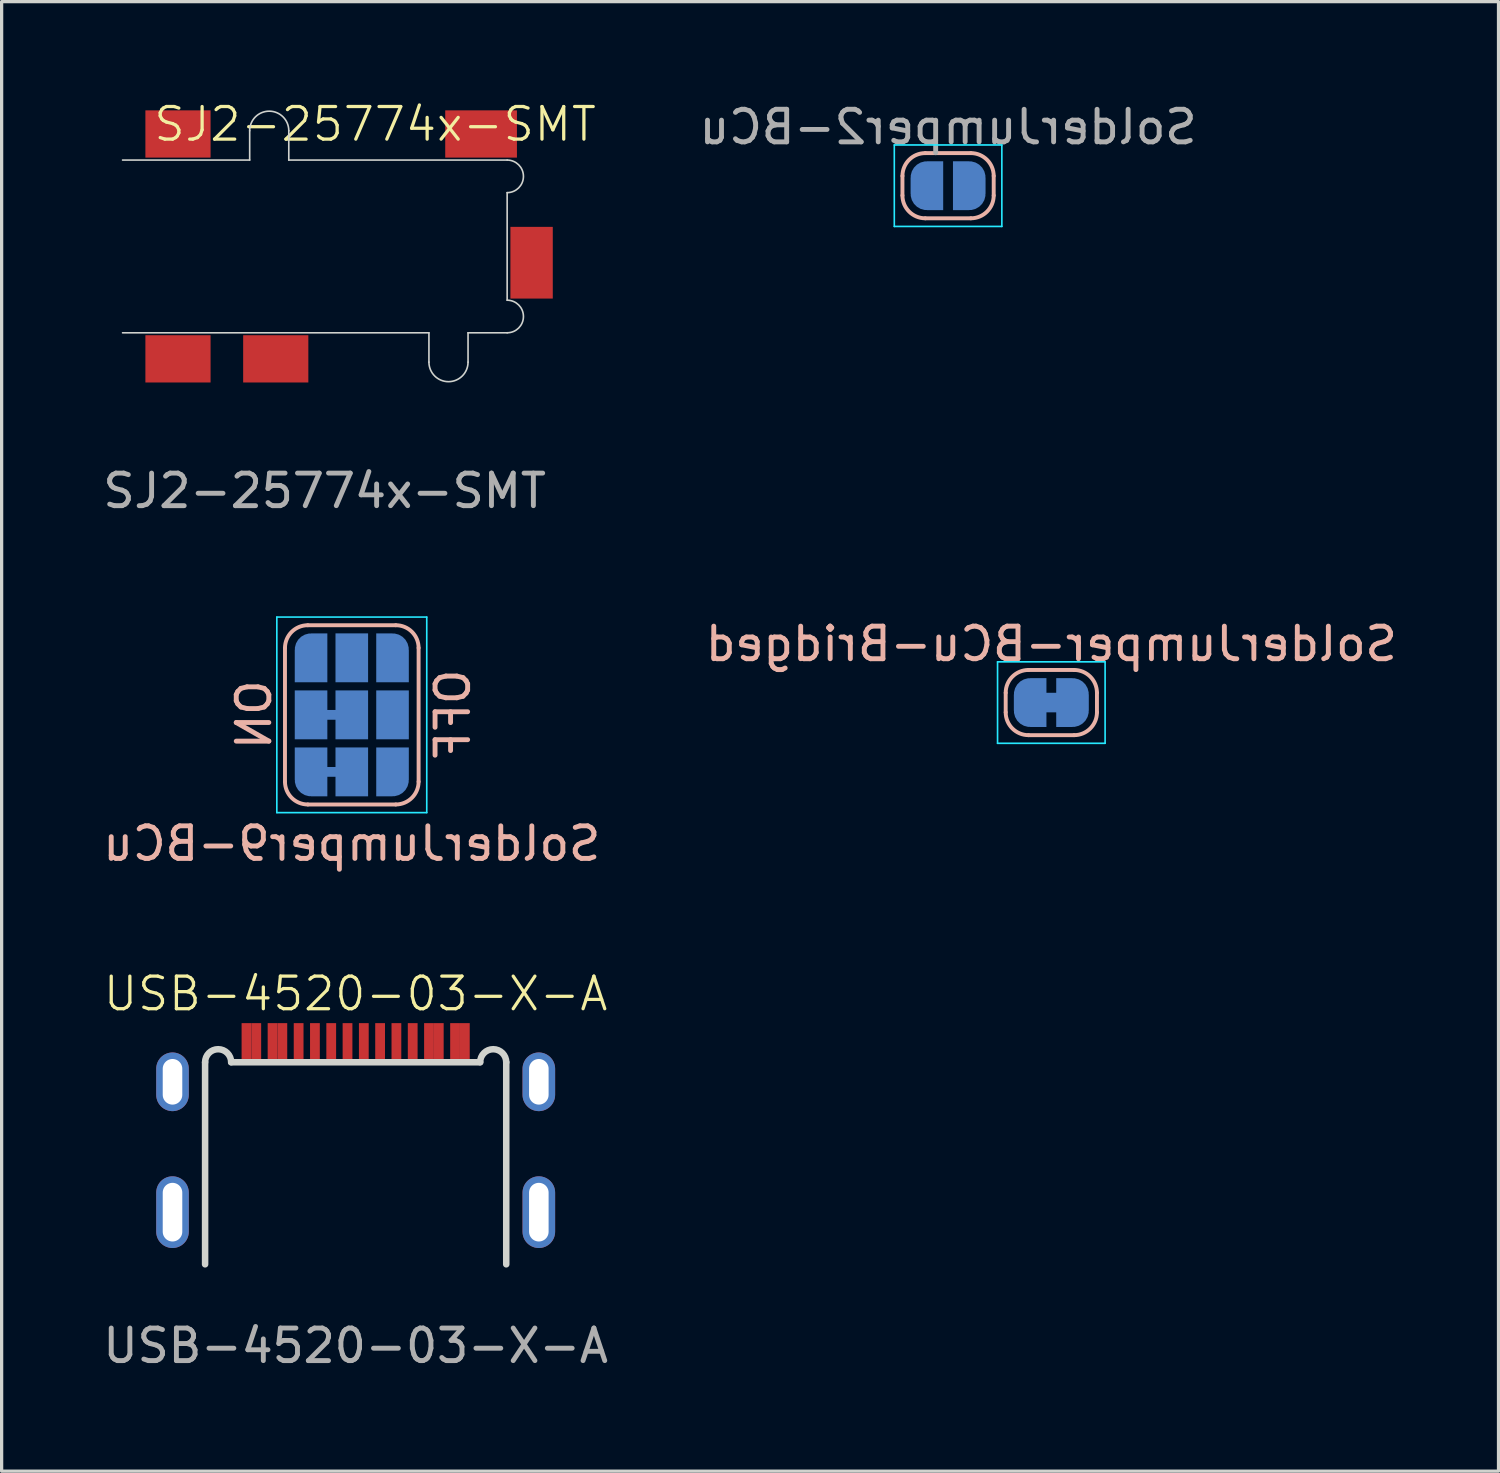
<source format=kicad_pcb>
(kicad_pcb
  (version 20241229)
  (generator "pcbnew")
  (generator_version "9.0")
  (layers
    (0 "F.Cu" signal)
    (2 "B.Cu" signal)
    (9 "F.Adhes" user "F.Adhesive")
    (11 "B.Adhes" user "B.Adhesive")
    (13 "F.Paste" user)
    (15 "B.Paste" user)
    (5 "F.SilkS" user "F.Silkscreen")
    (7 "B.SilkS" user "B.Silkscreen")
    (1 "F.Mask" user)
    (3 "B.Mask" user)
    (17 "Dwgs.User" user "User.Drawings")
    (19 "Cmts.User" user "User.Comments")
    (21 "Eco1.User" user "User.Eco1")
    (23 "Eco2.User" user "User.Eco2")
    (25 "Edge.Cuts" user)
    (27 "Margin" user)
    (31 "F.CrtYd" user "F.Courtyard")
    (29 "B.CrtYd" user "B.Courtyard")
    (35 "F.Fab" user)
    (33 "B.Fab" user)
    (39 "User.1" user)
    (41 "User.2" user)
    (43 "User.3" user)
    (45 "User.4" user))
  (footprint "SolderJumper-BCu-Bridged"
    (layer "F.Cu")
    (at 29.208 18.507)
    (property "Reference" "SolderJumper-BCu-Bridged" (at 0 -1.8 0) (layer "B.SilkS") (effects (font (size 1 1) (thickness 0.15)) (justify mirror)))
    (attr exclude_from_pos_files exclude_from_bom)
    (fp_poly (pts (xy 0.25 -0.3) (xy -0.25 -0.3) (xy -0.25 0.3) (xy 0.25 0.3)) (stroke (width 0) (type solid)) (fill yes) (layer "B.Cu"))
    (fp_line (start -1.4 0.3) (end -1.4 -0.3) (stroke (width 0.12) (type solid)) (layer "B.SilkS"))
    (fp_line (start -0.7 -1) (end 0.7 -1) (stroke (width 0.12) (type solid)) (layer "B.SilkS"))
    (fp_line (start 0.7 1) (end -0.7 1) (stroke (width 0.12) (type solid)) (layer "B.SilkS"))
    (fp_line (start 1.4 -0.3) (end 1.4 0.3) (stroke (width 0.12) (type solid)) (layer "B.SilkS"))
    (fp_arc (start -1.4 -0.3) (mid -1.194975 -0.794975) (end -0.7 -1) (stroke (width 0.12) (type solid)) (layer "B.SilkS"))
    (fp_arc (start -0.7 1) (mid -1.194975 0.794975) (end -1.4 0.3) (stroke (width 0.12) (type solid)) (layer "B.SilkS"))
    (fp_arc (start 0.7 -1) (mid 1.194975 -0.794975) (end 1.4 -0.3) (stroke (width 0.12) (type solid)) (layer "B.SilkS"))
    (fp_arc (start 1.4 0.3) (mid 1.194975 0.794975) (end 0.7 1) (stroke (width 0.12) (type solid)) (layer "B.SilkS"))
    (fp_line (start -1.65 -1.25) (end -1.65 1.25) (stroke (width 0.05) (type solid)) (layer "B.CrtYd"))
    (fp_line (start -1.65 -1.25) (end 1.65 -1.25) (stroke (width 0.05) (type solid)) (layer "B.CrtYd"))
    (fp_line (start 1.65 1.25) (end -1.65 1.25) (stroke (width 0.05) (type solid)) (layer "B.CrtYd"))
    (fp_line (start 1.65 1.25) (end 1.65 -1.25) (stroke (width 0.05) (type solid)) (layer "B.CrtYd"))
    (pad "1" smd custom (at -0.65 0) (size 1 0.5) (layers "B.Cu" "B.Mask") (options (anchor rect)) (primitives (gr_circle (center 0 0.25) (end 0.5 0.25) (width 0) (fill yes)) (gr_circle (center 0 -0.25) (end 0.5 -0.25) (width 0) (fill yes)) (gr_poly (pts (xy 0 -0.75) (xy 0.5 -0.75) (xy 0.5 0.75) (xy 0 0.75)) (width 0) (fill yes))))
    (pad "2" smd custom (at 0.65 0) (size 1 0.5) (layers "B.Cu" "B.Mask") (options (anchor rect)) (primitives (gr_circle (center 0 0.25) (end 0.5 0.25) (width 0) (fill yes)) (gr_circle (center 0 -0.25) (end 0.5 -0.25) (width 0) (fill yes)) (gr_poly (pts (xy 0 -0.75) (xy -0.5 -0.75) (xy -0.5 0.75) (xy 0 0.75)) (width 0) (fill yes)))))
  (footprint "SolderJumper2-BCu"
    (layer "F.Cu")
    (at 26.04 2.648)
    (property "Reference" "SolderJumper2-BCu" (at 0 -1.8 0) (layer "F.Fab") (effects (font (size 1 1) (thickness 0.15)) (justify mirror)))
    (attr exclude_from_pos_files exclude_from_bom)
    (fp_line (start -1.4 0.3) (end -1.4 -0.3) (stroke (width 0.12) (type solid)) (layer "B.SilkS"))
    (fp_line (start -0.7 -1) (end 0.7 -1) (stroke (width 0.12) (type solid)) (layer "B.SilkS"))
    (fp_line (start 0.7 1) (end -0.7 1) (stroke (width 0.12) (type solid)) (layer "B.SilkS"))
    (fp_line (start 1.4 -0.3) (end 1.4 0.3) (stroke (width 0.12) (type solid)) (layer "B.SilkS"))
    (fp_arc (start -1.4 -0.3) (mid -1.194975 -0.794975) (end -0.7 -1) (stroke (width 0.12) (type solid)) (layer "B.SilkS"))
    (fp_arc (start -0.7 1) (mid -1.194975 0.794975) (end -1.4 0.3) (stroke (width 0.12) (type solid)) (layer "B.SilkS"))
    (fp_arc (start 0.7 -1) (mid 1.194975 -0.794975) (end 1.4 -0.3) (stroke (width 0.12) (type solid)) (layer "B.SilkS"))
    (fp_arc (start 1.4 0.3) (mid 1.194975 0.794975) (end 0.7 1) (stroke (width 0.12) (type solid)) (layer "B.SilkS"))
    (fp_line (start -1.65 -1.25) (end -1.65 1.25) (stroke (width 0.05) (type solid)) (layer "B.CrtYd"))
    (fp_line (start -1.65 -1.25) (end 1.65 -1.25) (stroke (width 0.05) (type solid)) (layer "B.CrtYd"))
    (fp_line (start 1.65 1.25) (end -1.65 1.25) (stroke (width 0.05) (type solid)) (layer "B.CrtYd"))
    (fp_line (start 1.65 1.25) (end 1.65 -1.25) (stroke (width 0.05) (type solid)) (layer "B.CrtYd"))
    (pad "1" smd custom (at -0.65 0) (size 1 0.5) (layers "B.Cu" "B.Mask") (options (anchor rect)) (primitives (gr_circle (center 0 0.25) (end 0.5 0.25) (width 0) (fill yes)) (gr_circle (center 0 -0.25) (end 0.5 -0.25) (width 0) (fill yes)) (gr_poly (pts (xy 0 -0.75) (xy 0.5 -0.75) (xy 0.5 0.75) (xy 0 0.75)) (width 0) (fill yes))))
    (pad "2" smd custom (at 0.65 0) (size 1 0.5) (layers "B.Cu" "B.Mask") (options (anchor rect)) (primitives (gr_circle (center 0 0.25) (end 0.5 0.25) (width 0) (fill yes)) (gr_circle (center 0 -0.25) (end 0.5 -0.25) (width 0) (fill yes)) (gr_poly (pts (xy 0 -0.75) (xy -0.5 -0.75) (xy -0.5 0.75) (xy 0 0.75)) (width 0) (fill yes)))))
  (footprint "SolderJumper9-BCu"
    (layer "F.Cu")
    (at 7.744 18.884)
    (property "Reference" "SolderJumper9-BCu" (at 0 3.95 0) (layer "B.SilkS") (effects (font (size 1 1) (thickness 0.15)) (justify mirror)))
    (attr exclude_from_pos_files exclude_from_bom)
    (fp_poly (pts (xy -0.9 -0.15) (xy -0.4 -0.15) (xy -0.4 0.15) (xy -0.9 0.15)) (stroke (width 0) (type solid)) (fill yes) (layer "B.Cu"))
    (fp_poly (pts (xy -0.9 1.6) (xy -0.4 1.6) (xy -0.4 1.9) (xy -0.9 1.9)) (stroke (width 0) (type solid)) (fill yes) (layer "B.Cu"))
    (fp_line (start -2.05 2.05) (end -2.05 -2.05) (stroke (width 0.12) (type solid)) (layer "B.SilkS"))
    (fp_line (start -1.35 -2.75) (end 1.35 -2.75) (stroke (width 0.12) (type solid)) (layer "B.SilkS"))
    (fp_line (start 1.35 2.75) (end -1.35 2.75) (stroke (width 0.12) (type solid)) (layer "B.SilkS"))
    (fp_line (start 2.05 -2.055) (end 2.05 2.05) (stroke (width 0.12) (type solid)) (layer "B.SilkS"))
    (fp_arc (start -2.05 -2.05) (mid -1.844975 -2.544975) (end -1.35 -2.75) (stroke (width 0.12) (type solid)) (layer "B.SilkS"))
    (fp_arc (start -1.35 2.75) (mid -1.844975 2.544975) (end -2.05 2.05) (stroke (width 0.12) (type solid)) (layer "B.SilkS"))
    (fp_arc (start 1.35 -2.75) (mid 1.844666 -2.548226) (end 2.049999 -2.055026) (stroke (width 0.12) (type solid)) (layer "B.SilkS"))
    (fp_arc (start 2.049999 2.05) (mid 1.844974 2.544975) (end 1.349999 2.75) (stroke (width 0.12) (type solid)) (layer "B.SilkS"))
    (fp_line (start -2.3 -3) (end -2.3 3) (stroke (width 0.05) (type solid)) (layer "B.CrtYd"))
    (fp_line (start -2.3 -3) (end 2.3 -3) (stroke (width 0.05) (type solid)) (layer "B.CrtYd"))
    (fp_line (start 2.3 3) (end -2.3 3) (stroke (width 0.05) (type solid)) (layer "B.CrtYd"))
    (fp_line (start 2.3 3) (end 2.3 -3) (stroke (width 0.05) (type solid)) (layer "B.CrtYd"))
    (fp_text user "ON" (at -3 -0.003 90) (layer "B.SilkS") (effects (font (size 1 1) (thickness 0.15)) (justify mirror)))
    (fp_text user "OFF" (at 3.1 0 90) (layer "B.SilkS") (effects (font (size 1 1) (thickness 0.15)) (justify mirror)))
    (pad "1" smd custom (at -1.25 -1.75 180) (size 1 0.5) (layers "B.Cu" "B.Mask") (options (anchor rect)) (primitives (gr_poly (pts (xy 0 0.75) (xy -0.5 0.75) (xy -0.5 -0.75) (xy 0 -0.75)) (width 0) (fill yes)) (gr_circle (center 0 0.25) (end 0.5 0.25) (width 0) (fill yes)) (gr_poly (pts (xy 0.5 -0.25) (xy 0 -0.25) (xy 0 -0.75) (xy 0.5 -0.75)) (width 0) (fill yes))))
    (pad "2" smd rect (at -0.000001 -1.75) (size 1 1.5) (layers "B.Cu" "B.Mask"))
    (pad "3" smd custom (at 1.25 -1.75 180) (size 1 0.5) (layers "B.Cu" "B.Mask") (options (anchor rect)) (primitives (gr_poly (pts (xy 0 0.75) (xy 0.5 0.75) (xy 0.5 -0.75) (xy 0 -0.75)) (width 0) (fill yes)) (gr_circle (center 0 0.25) (end -0.5 0.25) (width 0) (fill yes)) (gr_poly (pts (xy -0.5 -0.25) (xy 0 -0.25) (xy 0 -0.75) (xy -0.5 -0.75)) (width 0) (fill yes))))
    (pad "4" smd rect (at -1.25 0) (size 1 1.5) (layers "B.Cu" "B.Mask"))
    (pad "5" smd rect (at 0 0) (size 1 1.5) (layers "B.Cu" "B.Mask"))
    (pad "6" smd rect (at 1.25 0) (size 1 1.5) (layers "B.Cu" "B.Mask"))
    (pad "7" smd custom (at -1.25 1.75) (size 1 0.5) (layers "B.Cu" "B.Mask") (options (anchor rect)) (primitives (gr_poly (pts (xy 0 0.75) (xy 0.5 0.75) (xy 0.5 -0.75) (xy 0 -0.75)) (width 0) (fill yes)) (gr_circle (center 0 0.25) (end -0.5 0.25) (width 0) (fill yes)) (gr_poly (pts (xy -0.5 -0.25) (xy 0 -0.25) (xy 0 -0.75) (xy -0.5 -0.75)) (width 0) (fill yes))))
    (pad "8" smd rect (at -0.000001 1.75) (size 1 1.5) (layers "B.Cu" "B.Mask"))
    (pad "9" smd custom (at 1.25 1.75) (size 1 0.5) (layers "B.Cu" "B.Mask") (options (anchor rect)) (primitives (gr_poly (pts (xy 0 0.75) (xy -0.5 0.75) (xy -0.5 -0.75) (xy 0 -0.75)) (width 0) (fill yes)) (gr_circle (center 0 0.25) (end 0.5 0.25) (width 0) (fill yes)) (gr_poly (pts (xy 0.5 -0.25) (xy 0 -0.25) (xy 0 -0.75) (xy 0.5 -0.75)) (width 0) (fill yes)))))
  (footprint "SJ2-25774x-SMT"
    (layer "F.Cu")
    (at 0.711 4.511)
    (property "Reference" "SJ2-25774x-SMT" (at 7.75 -3.75 0) (unlocked yes) (layer "F.SilkS") (effects (font (size 1 1) (thickness 0.1))))
    (attr smd)
    (fp_line (start 0 -2.65) (end 3.9 -2.65) (stroke (width 0.05) (type default)) (layer "Edge.Cuts"))
    (fp_line (start 0 2.65) (end 9.4 2.65) (stroke (width 0.05) (type default)) (layer "Edge.Cuts"))
    (fp_line (start 3.9 -2.65) (end 3.9 -3.55) (stroke (width 0.05) (type default)) (layer "Edge.Cuts"))
    (fp_line (start 5.1 -3.55) (end 5.1 -2.65) (stroke (width 0.05) (type default)) (layer "Edge.Cuts"))
    (fp_line (start 5.1 -2.65) (end 11.8 -2.65) (stroke (width 0.05) (type default)) (layer "Edge.Cuts"))
    (fp_line (start 9.4 2.65) (end 9.4 3.55) (stroke (width 0.05) (type default)) (layer "Edge.Cuts"))
    (fp_line (start 10.6 2.65) (end 11.8 2.65) (stroke (width 0.05) (type default)) (layer "Edge.Cuts"))
    (fp_line (start 10.6 3.55) (end 10.6 2.65) (stroke (width 0.05) (type default)) (layer "Edge.Cuts"))
    (fp_line (start 11.8 -1.65) (end 11.8 1.65) (stroke (width 0.05) (type default)) (layer "Edge.Cuts"))
    (fp_arc (start 3.9 -3.55) (mid 4.5 -4.15) (end 5.1 -3.55) (stroke (width 0.05) (type default)) (layer "Edge.Cuts"))
    (fp_arc (start 10.6 3.55) (mid 10 4.15) (end 9.4 3.55) (stroke (width 0.05) (type default)) (layer "Edge.Cuts"))
    (fp_arc (start 11.8 -2.65) (mid 12.3 -2.15) (end 11.8 -1.65) (stroke (width 0.05) (type default)) (layer "Edge.Cuts"))
    (fp_arc (start 11.8 1.65) (mid 12.3 2.15) (end 11.8 2.65) (stroke (width 0.05) (type default)) (layer "Edge.Cuts"))
    (fp_text user "${REFERENCE}" (at 6.2 7.5 0) (unlocked yes) (layer "F.Fab") (effects (font (size 1 1) (thickness 0.15))))
    (pad "R1" smd rect (at 4.7 3.45) (size 2 1.45) (layers "F.Cu" "F.Mask" "F.Paste"))
    (pad "R2" smd rect (at 1.7 -3.45) (size 2 1.45) (layers "F.Cu" "F.Mask" "F.Paste"))
    (pad "S" smd rect (at 1.7 3.45) (size 2 1.45) (layers "F.Cu" "F.Mask" "F.Paste"))
    (pad "T" smd rect (at 11 -3.45) (size 2.2 1.45) (layers "F.Cu" "F.Mask" "F.Paste"))
    (pad "TN" smd rect (at 12.55 0.5) (size 1.3 2.2) (layers "F.Cu" "F.Mask" "F.Paste")))
  (footprint "USB-4520-03-X-A"
    (layer "F.Cu")
    (at 7.863 35.743)
    (property "Reference" "USB-4520-03-X-A" (at 0 -8.3 0) (unlocked yes) (layer "F.SilkS") (effects (font (size 1 1) (thickness 0.1))))
    (attr smd)
    (fp_line (start -4.62 0) (end -4.62 -6.2) (stroke (width 0.2) (type default)) (layer "Edge.Cuts"))
    (fp_line (start -3.82 -6.2) (end 3.82 -6.2) (stroke (width 0.2) (type default)) (layer "Edge.Cuts"))
    (fp_line (start 4.62 -6.2) (end 4.62 0) (stroke (width 0.2) (type default)) (layer "Edge.Cuts"))
    (fp_arc (start -4.62 -6.2) (mid -4.22 -6.6) (end -3.82 -6.2) (stroke (width 0.2) (type default)) (layer "Edge.Cuts"))
    (fp_arc (start 3.82 -6.2) (mid 4.22 -6.6) (end 4.62 -6.2) (stroke (width 0.2) (type default)) (layer "Edge.Cuts"))
    (fp_text user "${REFERENCE}" (at 0 2.5 0) (unlocked yes) (layer "F.Fab") (effects (font (size 1 1) (thickness 0.15))))
    (pad "A1" smd rect (at -3.35 -6.85) (size 0.3 1.1) (layers "F.Cu" "F.Mask" "F.Paste"))
    (pad "A4" smd rect (at -2.55 -6.85) (size 0.3 1.1) (layers "F.Cu" "F.Mask" "F.Paste"))
    (pad "A5" smd rect (at -1.25 -6.85) (size 0.3 1.1) (layers "F.Cu" "F.Mask" "F.Paste"))
    (pad "A6" smd rect (at -0.25 -6.85) (size 0.3 1.1) (layers "F.Cu" "F.Mask" "F.Paste"))
    (pad "A7" smd rect (at 0.25 -6.85) (size 0.3 1.1) (layers "F.Cu" "F.Mask" "F.Paste"))
    (pad "A8" smd rect (at 1.25 -6.85) (size 0.3 1.1) (layers "F.Cu" "F.Mask" "F.Paste"))
    (pad "A9" smd rect (at 2.55 -6.85) (size 0.3 1.1) (layers "F.Cu" "F.Mask" "F.Paste"))
    (pad "A12" smd rect (at 3.35 -6.85) (size 0.3 1.1) (layers "F.Cu" "F.Mask" "F.Paste"))
    (pad "B1" smd rect (at 3.05 -6.85) (size 0.3 1.1) (layers "F.Cu" "F.Mask" "F.Paste"))
    (pad "B4" smd rect (at 2.25 -6.85) (size 0.3 1.1) (layers "F.Cu" "F.Mask" "F.Paste"))
    (pad "B5" smd rect (at 1.75 -6.85) (size 0.3 1.1) (layers "F.Cu" "F.Mask" "F.Paste"))
    (pad "B6" smd rect (at 0.75 -6.85) (size 0.3 1.1) (layers "F.Cu" "F.Mask" "F.Paste"))
    (pad "B7" smd rect (at -0.75 -6.85) (size 0.3 1.1) (layers "F.Cu" "F.Mask" "F.Paste"))
    (pad "B8" smd rect (at -1.75 -6.85) (size 0.3 1.1) (layers "F.Cu" "F.Mask" "F.Paste"))
    (pad "B9" smd rect (at -2.25 -6.85) (size 0.3 1.1) (layers "F.Cu" "F.Mask" "F.Paste"))
    (pad "B12" smd rect (at -3.05 -6.85) (size 0.3 1.1) (layers "F.Cu" "F.Mask" "F.Paste"))
    (pad "S1" thru_hole oval (at -5.62 -5.6) (size 1 1.8) (drill oval 0.6 1.4) (layers "*.Cu" "*.Mask"))
    (pad "S1" thru_hole oval (at -5.62 -1.6) (size 1 2.2) (drill oval 0.6 1.8) (layers "*.Cu" "*.Mask"))
    (pad "S1" thru_hole oval (at 5.62 -5.6) (size 1 1.8) (drill oval 0.6 1.4) (layers "*.Cu" "*.Mask"))
    (pad "S1" thru_hole oval (at 5.62 -1.6) (size 1 2.2) (drill oval 0.6 1.8) (layers "*.Cu" "*.Mask")))
  (gr_rect
    (start -3 -3)
    (end 42.929 42.091)
    (stroke (width 0.1) (type default))
    (fill no)
    (layer "Edge.Cuts")))
</source>
